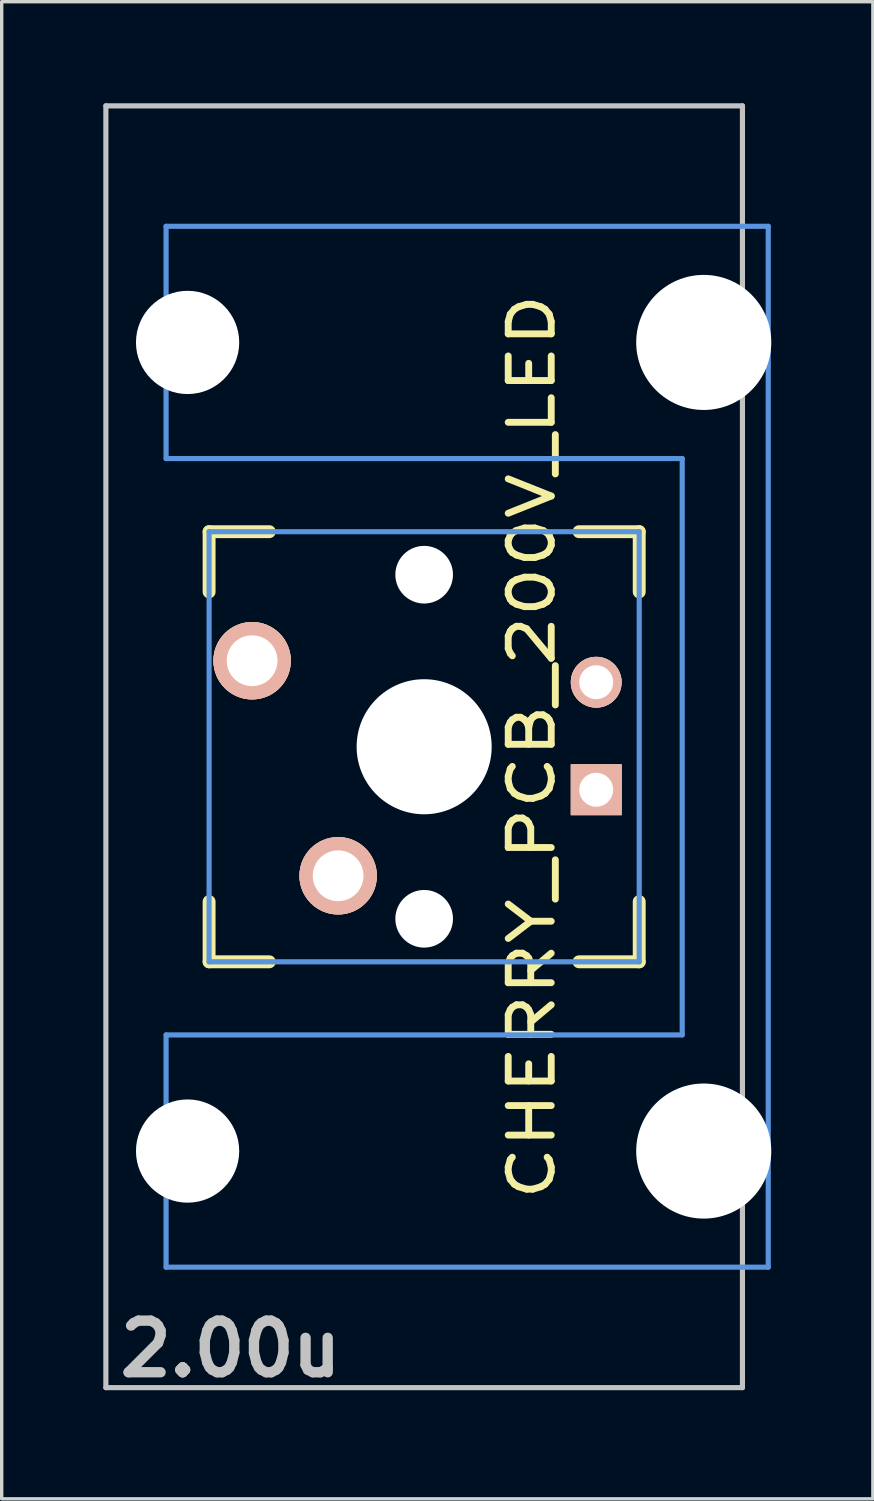
<source format=kicad_pcb>
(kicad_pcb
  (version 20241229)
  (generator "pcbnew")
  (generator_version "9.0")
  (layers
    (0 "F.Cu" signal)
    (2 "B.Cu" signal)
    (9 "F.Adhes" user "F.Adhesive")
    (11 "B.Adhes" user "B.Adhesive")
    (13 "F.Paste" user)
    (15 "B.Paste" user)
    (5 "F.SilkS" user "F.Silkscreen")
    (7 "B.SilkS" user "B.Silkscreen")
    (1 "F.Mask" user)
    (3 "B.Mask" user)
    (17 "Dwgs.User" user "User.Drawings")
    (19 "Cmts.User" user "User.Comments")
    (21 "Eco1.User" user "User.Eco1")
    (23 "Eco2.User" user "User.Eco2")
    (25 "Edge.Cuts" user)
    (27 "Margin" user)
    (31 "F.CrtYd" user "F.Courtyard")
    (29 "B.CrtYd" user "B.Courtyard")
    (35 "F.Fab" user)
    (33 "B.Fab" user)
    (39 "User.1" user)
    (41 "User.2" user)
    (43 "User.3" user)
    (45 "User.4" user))
  (footprint "CHERRY_PCB_200V_LED"
    (layer "F.Cu")
    (at 9.474 18.999)
    (property "Reference" "CHERRY_PCB_200V_LED" (at 3.175 0 90) (layer "F.SilkS") (effects (font (size 1.27 1.524) (thickness 0.203))))
    (attr through_hole)
    (fp_line (start -6.35 -6.35) (end -4.572 -6.35) (stroke (width 0.381) (type solid)) (layer "F.SilkS"))
    (fp_line (start -6.35 -4.572) (end -6.35 -6.35) (stroke (width 0.381) (type solid)) (layer "F.SilkS"))
    (fp_line (start -6.35 6.35) (end -6.35 4.572) (stroke (width 0.381) (type solid)) (layer "F.SilkS"))
    (fp_line (start -4.572 6.35) (end -6.35 6.35) (stroke (width 0.381) (type solid)) (layer "F.SilkS"))
    (fp_line (start 4.572 -6.35) (end 6.35 -6.35) (stroke (width 0.381) (type solid)) (layer "F.SilkS"))
    (fp_line (start 6.35 -6.35) (end 6.35 -4.572) (stroke (width 0.381) (type solid)) (layer "F.SilkS"))
    (fp_line (start 6.35 4.572) (end 6.35 6.35) (stroke (width 0.381) (type solid)) (layer "F.SilkS"))
    (fp_line (start 6.35 6.35) (end 4.572 6.35) (stroke (width 0.381) (type solid)) (layer "F.SilkS"))
    (fp_line (start -9.398 -18.923) (end 9.398 -18.923) (stroke (width 0.152) (type solid)) (layer "Dwgs.User"))
    (fp_line (start -9.398 18.923) (end -9.398 -18.923) (stroke (width 0.152) (type solid)) (layer "Dwgs.User"))
    (fp_line (start 9.398 -18.923) (end 9.398 18.923) (stroke (width 0.152) (type solid)) (layer "Dwgs.User"))
    (fp_line (start 9.398 18.923) (end -9.398 18.923) (stroke (width 0.152) (type solid)) (layer "Dwgs.User"))
    (fp_line (start -7.62 -15.367) (end -7.62 -8.509) (stroke (width 0.152) (type solid)) (layer "Cmts.User"))
    (fp_line (start -7.62 -8.509) (end 7.62 -8.509) (stroke (width 0.152) (type solid)) (layer "Cmts.User"))
    (fp_line (start -7.62 8.509) (end -7.62 15.367) (stroke (width 0.152) (type solid)) (layer "Cmts.User"))
    (fp_line (start -7.62 15.367) (end 10.16 15.367) (stroke (width 0.152) (type solid)) (layer "Cmts.User"))
    (fp_line (start -6.35 -6.35) (end 6.35 -6.35) (stroke (width 0.152) (type solid)) (layer "Cmts.User"))
    (fp_line (start -6.35 6.35) (end -6.35 -6.35) (stroke (width 0.152) (type solid)) (layer "Cmts.User"))
    (fp_line (start 6.35 -6.35) (end 6.35 6.35) (stroke (width 0.152) (type solid)) (layer "Cmts.User"))
    (fp_line (start 6.35 6.35) (end -6.35 6.35) (stroke (width 0.152) (type solid)) (layer "Cmts.User"))
    (fp_line (start 7.62 -8.509) (end 7.62 8.509) (stroke (width 0.152) (type solid)) (layer "Cmts.User"))
    (fp_line (start 7.62 8.509) (end -7.62 8.509) (stroke (width 0.152) (type solid)) (layer "Cmts.User"))
    (fp_line (start 10.16 -15.367) (end -7.62 -15.367) (stroke (width 0.152) (type solid)) (layer "Cmts.User"))
    (fp_line (start 10.16 15.367) (end 10.16 -15.367) (stroke (width 0.152) (type solid)) (layer "Cmts.User"))
    (fp_line (start -6.985 -6.985) (end -4.877 -6.985) (stroke (width 0.152) (type solid)) (layer "Eco2.User"))
    (fp_line (start -6.985 6.985) (end -6.985 -6.985) (stroke (width 0.152) (type solid)) (layer "Eco2.User"))
    (fp_line (start -5.69 -15.265) (end -2.286 -15.265) (stroke (width 0.152) (type solid)) (layer "Eco2.User"))
    (fp_line (start -5.69 -8.611) (end -5.69 -15.265) (stroke (width 0.152) (type solid)) (layer "Eco2.User"))
    (fp_line (start -5.69 8.611) (end -4.877 8.611) (stroke (width 0.152) (type solid)) (layer "Eco2.User"))
    (fp_line (start -5.69 15.265) (end -5.69 8.611) (stroke (width 0.152) (type solid)) (layer "Eco2.User"))
    (fp_line (start -4.877 -8.611) (end -5.69 -8.611) (stroke (width 0.152) (type solid)) (layer "Eco2.User"))
    (fp_line (start -4.877 -6.985) (end -4.877 -8.611) (stroke (width 0.152) (type solid)) (layer "Eco2.User"))
    (fp_line (start -4.877 6.985) (end -6.985 6.985) (stroke (width 0.152) (type solid)) (layer "Eco2.User"))
    (fp_line (start -4.877 8.611) (end -4.877 6.985) (stroke (width 0.152) (type solid)) (layer "Eco2.User"))
    (fp_line (start -2.286 -16.129) (end 0.508 -16.129) (stroke (width 0.152) (type solid)) (layer "Eco2.User"))
    (fp_line (start -2.286 -15.265) (end -2.286 -16.129) (stroke (width 0.152) (type solid)) (layer "Eco2.User"))
    (fp_line (start -2.286 15.265) (end -5.69 15.265) (stroke (width 0.152) (type solid)) (layer "Eco2.User"))
    (fp_line (start -2.286 16.129) (end -2.286 15.265) (stroke (width 0.152) (type solid)) (layer "Eco2.User"))
    (fp_line (start 0.508 -16.129) (end 0.508 -15.265) (stroke (width 0.152) (type solid)) (layer "Eco2.User"))
    (fp_line (start 0.508 -15.265) (end 6.604 -15.265) (stroke (width 0.152) (type solid)) (layer "Eco2.User"))
    (fp_line (start 0.508 15.265) (end 0.508 16.129) (stroke (width 0.152) (type solid)) (layer "Eco2.User"))
    (fp_line (start 0.508 16.129) (end -2.286 16.129) (stroke (width 0.152) (type solid)) (layer "Eco2.User"))
    (fp_line (start 5.817 -8.611) (end 5.817 -6.985) (stroke (width 0.152) (type solid)) (layer "Eco2.User"))
    (fp_line (start 5.817 -6.985) (end 6.985 -6.985) (stroke (width 0.152) (type solid)) (layer "Eco2.User"))
    (fp_line (start 5.817 6.985) (end 5.817 8.611) (stroke (width 0.152) (type solid)) (layer "Eco2.User"))
    (fp_line (start 5.817 8.611) (end 6.604 8.611) (stroke (width 0.152) (type solid)) (layer "Eco2.User"))
    (fp_line (start 6.604 -15.265) (end 6.604 -14.224) (stroke (width 0.152) (type solid)) (layer "Eco2.User"))
    (fp_line (start 6.604 -14.224) (end 7.772 -14.224) (stroke (width 0.152) (type solid)) (layer "Eco2.User"))
    (fp_line (start 6.604 -9.652) (end 6.604 -8.611) (stroke (width 0.152) (type solid)) (layer "Eco2.User"))
    (fp_line (start 6.604 -8.611) (end 5.817 -8.611) (stroke (width 0.152) (type solid)) (layer "Eco2.User"))
    (fp_line (start 6.604 8.611) (end 6.604 9.652) (stroke (width 0.152) (type solid)) (layer "Eco2.User"))
    (fp_line (start 6.604 9.652) (end 7.772 9.652) (stroke (width 0.152) (type solid)) (layer "Eco2.User"))
    (fp_line (start 6.604 14.224) (end 6.604 15.265) (stroke (width 0.152) (type solid)) (layer "Eco2.User"))
    (fp_line (start 6.604 15.265) (end 0.508 15.265) (stroke (width 0.152) (type solid)) (layer "Eco2.User"))
    (fp_line (start 6.985 -6.985) (end 6.985 6.985) (stroke (width 0.152) (type solid)) (layer "Eco2.User"))
    (fp_line (start 6.985 6.985) (end 5.817 6.985) (stroke (width 0.152) (type solid)) (layer "Eco2.User"))
    (fp_line (start 7.772 -14.224) (end 7.772 -9.652) (stroke (width 0.152) (type solid)) (layer "Eco2.User"))
    (fp_line (start 7.772 -9.652) (end 6.604 -9.652) (stroke (width 0.152) (type solid)) (layer "Eco2.User"))
    (fp_line (start 7.772 9.652) (end 7.772 14.224) (stroke (width 0.152) (type solid)) (layer "Eco2.User"))
    (fp_line (start 7.772 14.224) (end 6.604 14.224) (stroke (width 0.152) (type solid)) (layer "Eco2.User"))
    (fp_text user "2.00u" (at -5.715 17.78 0) (layer "Dwgs.User") (effects (font (size 1.524 1.524) (thickness 0.305))))
    (pad "" np_thru_hole circle (at -6.985 -11.938 90) (size 3.048 3.048) (drill 3.048) (layers "*.Cu"))
    (pad "" np_thru_hole circle (at -6.985 11.938 90) (size 3.048 3.048) (drill 3.048) (layers "*.Cu"))
    (pad "" np_thru_hole circle (at 0 -5.08 90) (size 1.702 1.702) (drill 1.702) (layers "*.Cu"))
    (pad "" np_thru_hole circle (at 0 0 90) (size 3.988 3.988) (drill 3.988) (layers "*.Cu"))
    (pad "" np_thru_hole circle (at 0 5.08 90) (size 1.702 1.702) (drill 1.702) (layers "*.Cu"))
    (pad "" np_thru_hole circle (at 8.255 -11.938 90) (size 3.988 3.988) (drill 3.988) (layers "*.Cu"))
    (pad "" np_thru_hole circle (at 8.255 11.938 90) (size 3.988 3.988) (drill 3.988) (layers "*.Cu"))
    (pad "A" thru_hole circle (at 5.08 -1.905 90) (size 1.5 1.5) (drill 1) (layers "*.Cu" "*.SilkS" "*.Mask"))
    (pad "K" thru_hole rect (at 5.08 1.27 90) (size 1.5 1.5) (drill 1) (layers "*.Cu" "*.SilkS" "*.Mask"))
    (pad "SW1" thru_hole circle (at -2.54 3.81 90) (size 2.286 2.286) (drill 1.499) (layers "*.Cu" "*.SilkS" "*.Mask"))
    (pad "SW2" thru_hole circle (at -5.08 -2.54 90) (size 2.286 2.286) (drill 1.499) (layers "*.Cu" "*.SilkS" "*.Mask")))
  (gr_rect
    (start -3 -3)
    (end 22.723 41.206)
    (stroke (width 0.1) (type default))
    (fill no)
    (layer "Edge.Cuts")))
</source>
